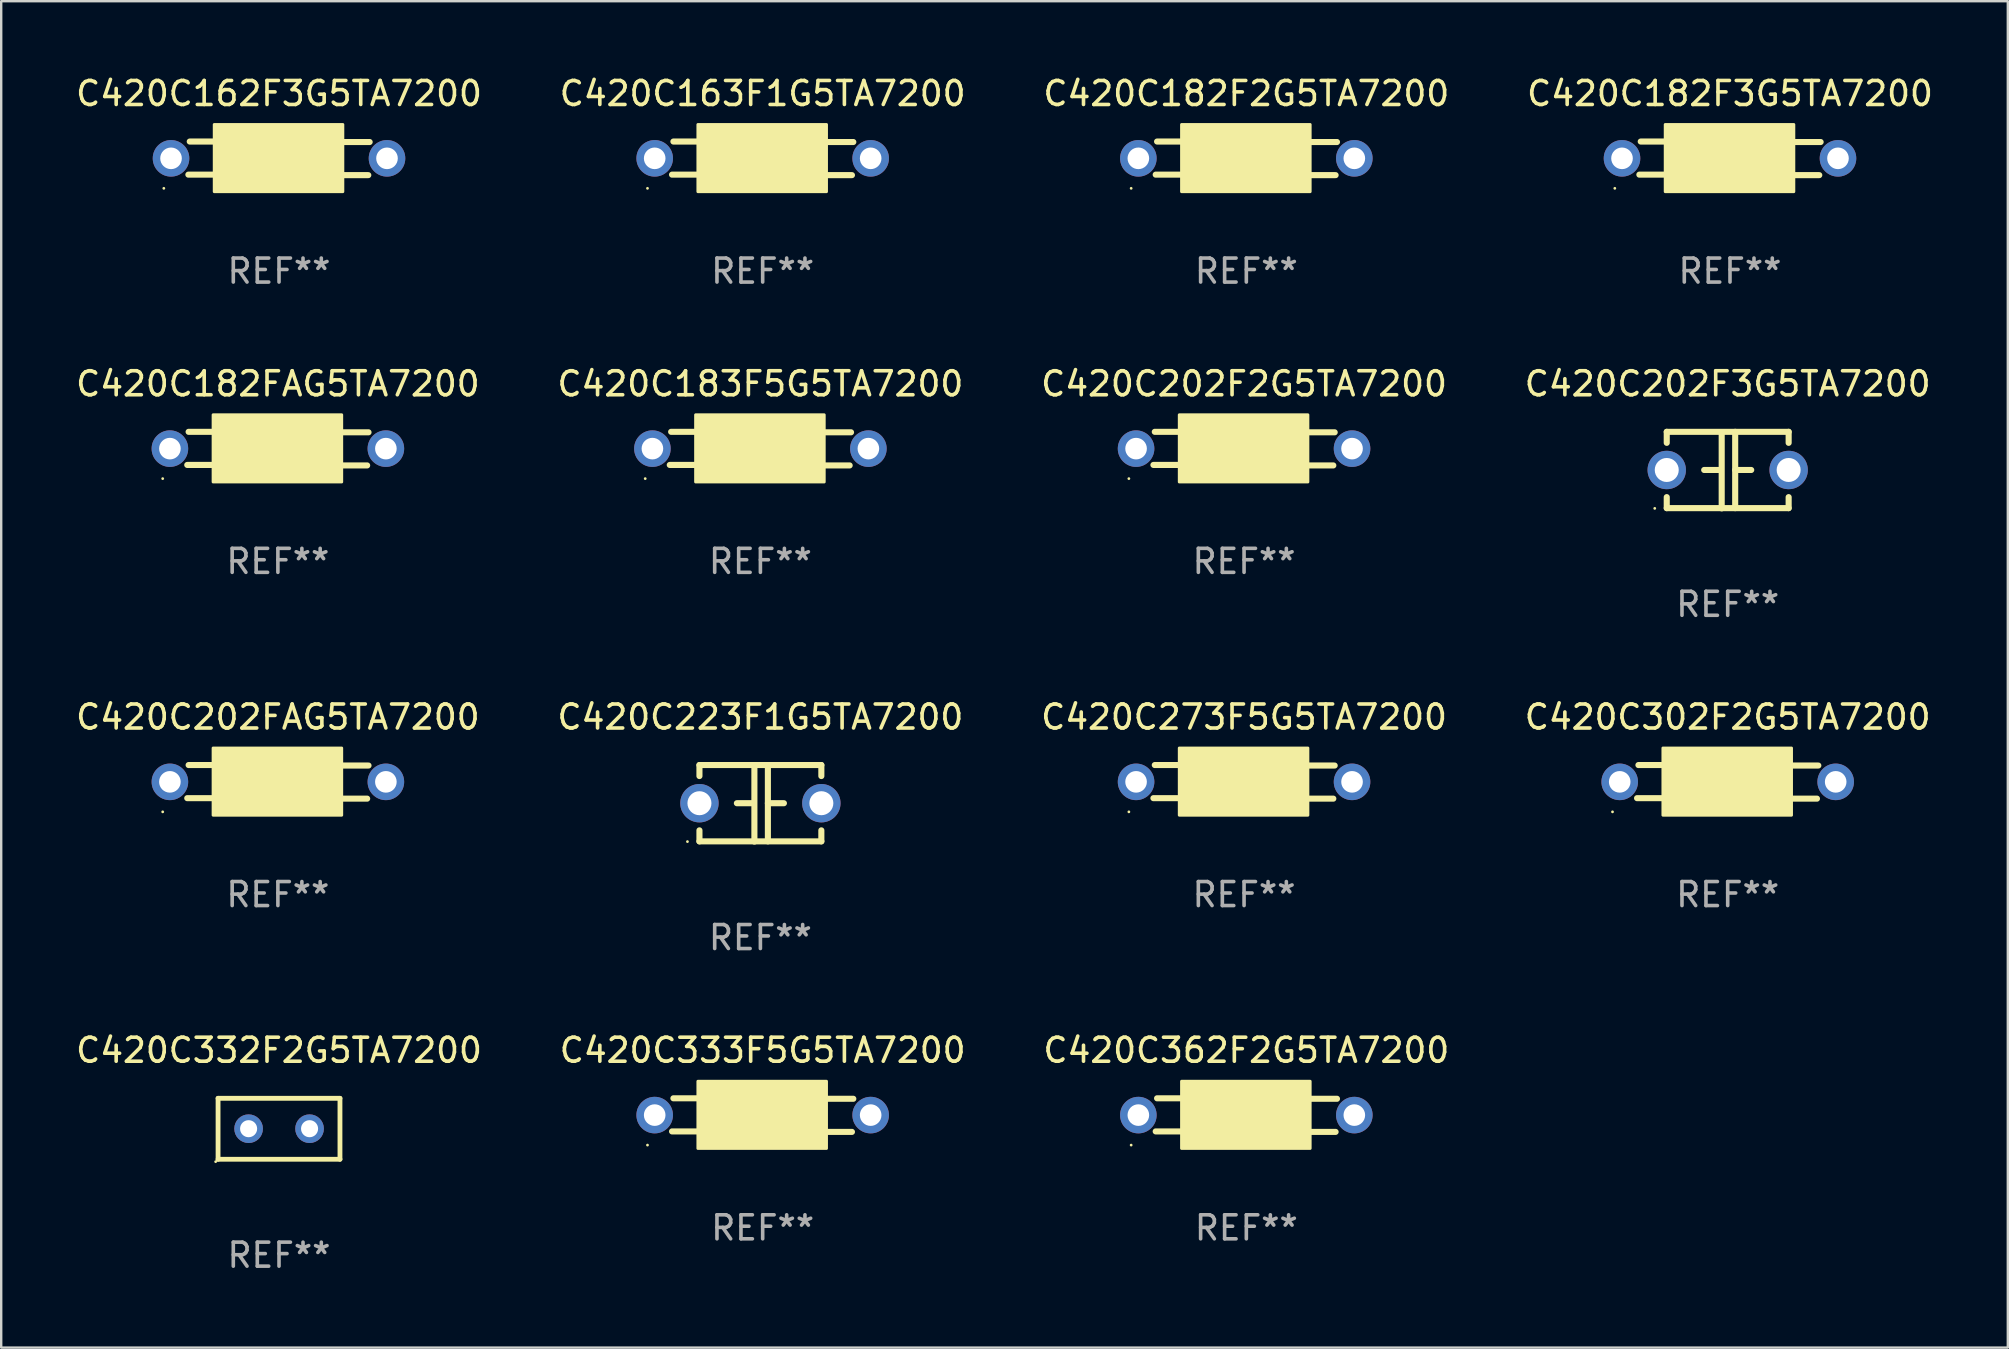
<source format=kicad_pcb>
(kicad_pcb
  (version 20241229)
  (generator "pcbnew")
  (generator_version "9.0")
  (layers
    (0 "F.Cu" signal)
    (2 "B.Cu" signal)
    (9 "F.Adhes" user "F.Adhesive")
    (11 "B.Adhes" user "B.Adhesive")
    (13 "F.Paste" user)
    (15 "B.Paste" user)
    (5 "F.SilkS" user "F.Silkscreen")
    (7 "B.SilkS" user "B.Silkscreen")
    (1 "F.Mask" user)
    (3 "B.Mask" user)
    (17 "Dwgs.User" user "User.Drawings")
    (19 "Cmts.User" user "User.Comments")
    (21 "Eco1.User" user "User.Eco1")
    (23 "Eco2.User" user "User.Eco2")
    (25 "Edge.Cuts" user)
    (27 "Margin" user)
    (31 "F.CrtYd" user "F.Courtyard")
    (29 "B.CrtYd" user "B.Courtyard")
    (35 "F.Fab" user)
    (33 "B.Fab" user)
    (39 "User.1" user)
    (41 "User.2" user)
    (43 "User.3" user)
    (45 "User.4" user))
  (footprint "C420C202FAG5TA7200"
    (layer "F.Cu")
    (at 8.53 29.531)
    (property "Reference" "C420C202FAG5TA7200" (at 0 -2.7 0) (layer "F.SilkS") (effects (font (size 1 1) (thickness 0.15))))
    (attr through_hole)
    (fp_line (start -2.7 -0.7) (end -3.72 -0.7) (stroke (width 0.254) (type solid)) (layer "F.SilkS"))
    (fp_line (start -2.7 0.68) (end -3.777 0.68) (stroke (width 0.254) (type solid)) (layer "F.SilkS"))
    (fp_line (start 2.7 -0.68) (end 3.777 -0.68) (stroke (width 0.254) (type solid)) (layer "F.SilkS"))
    (fp_line (start 2.7 0.7) (end 3.72 0.7) (stroke (width 0.254) (type solid)) (layer "F.SilkS"))
    (fp_circle (center -4.8 1.25) (end -4.77 1.25) (stroke (width 0.06) (type solid)) (fill no) (layer "F.SilkS"))
    (fp_poly (pts (xy -2.7 -1.41) (xy 2.66 -1.41) (xy 2.66 1.39) (xy -2.7 1.39)) (stroke (width 0.12) (type solid)) (fill yes) (layer "F.SilkS"))
    (fp_text user "REF**" (at 0 4.7 0) (layer "F.Fab") (effects (font (size 1 1) (thickness 0.15))))
    (pad "1" thru_hole circle (at -4.5 0) (size 1.524 1.524) (drill 0.9) (layers "*.Cu" "*.Mask"))
    (pad "2" thru_hole circle (at 4.5 0) (size 1.524 1.524) (drill 0.9) (layers "*.Cu" "*.Mask")))
  (footprint "C420C182F2G5TA7200"
    (layer "F.Cu")
    (at 48.887 3.548)
    (property "Reference" "C420C182F2G5TA7200" (at 0 -2.7 0) (layer "F.SilkS") (effects (font (size 1 1) (thickness 0.15))))
    (attr through_hole)
    (fp_line (start -2.7 -0.7) (end -3.72 -0.7) (stroke (width 0.254) (type solid)) (layer "F.SilkS"))
    (fp_line (start -2.7 0.68) (end -3.777 0.68) (stroke (width 0.254) (type solid)) (layer "F.SilkS"))
    (fp_line (start 2.7 -0.68) (end 3.777 -0.68) (stroke (width 0.254) (type solid)) (layer "F.SilkS"))
    (fp_line (start 2.7 0.7) (end 3.72 0.7) (stroke (width 0.254) (type solid)) (layer "F.SilkS"))
    (fp_circle (center -4.8 1.25) (end -4.77 1.25) (stroke (width 0.06) (type solid)) (fill no) (layer "F.SilkS"))
    (fp_poly (pts (xy -2.7 -1.41) (xy 2.66 -1.41) (xy 2.66 1.39) (xy -2.7 1.39)) (stroke (width 0.12) (type solid)) (fill yes) (layer "F.SilkS"))
    (fp_text user "REF**" (at 0 4.7 0) (layer "F.Fab") (effects (font (size 1 1) (thickness 0.15))))
    (pad "1" thru_hole circle (at -4.5 0) (size 1.524 1.524) (drill 0.9) (layers "*.Cu" "*.Mask"))
    (pad "2" thru_hole circle (at 4.5 0) (size 1.524 1.524) (drill 0.9) (layers "*.Cu" "*.Mask")))
  (footprint "C420C332F2G5TA7200"
    (layer "F.Cu")
    (at 8.577 43.988)
    (property "Reference" "C420C332F2G5TA7200" (at 0 -3.27 0) (layer "F.SilkS") (effects (font (size 1 1) (thickness 0.15))))
    (attr through_hole)
    (fp_line (start -2.54 -1.27) (end -2.54 1.27) (stroke (width 0.201) (type solid)) (layer "F.SilkS"))
    (fp_line (start -2.54 1.27) (end 2.54 1.27) (stroke (width 0.201) (type solid)) (layer "F.SilkS"))
    (fp_line (start 2.54 -1.27) (end -2.54 -1.27) (stroke (width 0.201) (type solid)) (layer "F.SilkS"))
    (fp_line (start 2.54 1.27) (end 2.54 -1.27) (stroke (width 0.201) (type solid)) (layer "F.SilkS"))
    (fp_circle (center -2.64 1.37) (end -2.61 1.37) (stroke (width 0.06) (type solid)) (fill no) (layer "F.SilkS"))
    (fp_text user "REF**" (at 0 5.27 0) (layer "F.Fab") (effects (font (size 1 1) (thickness 0.15))))
    (pad "1" thru_hole circle (at -1.267 -0.003) (size 1.194 1.194) (drill 0.711) (layers "*.Cu" "*.Mask"))
    (pad "2" thru_hole circle (at 1.273 -0.003) (size 1.194 1.194) (drill 0.711) (layers "*.Cu" "*.Mask")))
  (footprint "C420C302F2G5TA7200"
    (layer "F.Cu")
    (at 68.946 29.531)
    (property "Reference" "C420C302F2G5TA7200" (at 0 -2.7 0) (layer "F.SilkS") (effects (font (size 1 1) (thickness 0.15))))
    (attr through_hole)
    (fp_line (start -2.7 -0.7) (end -3.72 -0.7) (stroke (width 0.254) (type solid)) (layer "F.SilkS"))
    (fp_line (start -2.7 0.68) (end -3.777 0.68) (stroke (width 0.254) (type solid)) (layer "F.SilkS"))
    (fp_line (start 2.7 -0.68) (end 3.777 -0.68) (stroke (width 0.254) (type solid)) (layer "F.SilkS"))
    (fp_line (start 2.7 0.7) (end 3.72 0.7) (stroke (width 0.254) (type solid)) (layer "F.SilkS"))
    (fp_circle (center -4.8 1.25) (end -4.77 1.25) (stroke (width 0.06) (type solid)) (fill no) (layer "F.SilkS"))
    (fp_poly (pts (xy -2.7 -1.41) (xy 2.66 -1.41) (xy 2.66 1.39) (xy -2.7 1.39)) (stroke (width 0.12) (type solid)) (fill yes) (layer "F.SilkS"))
    (fp_text user "REF**" (at 0 4.7 0) (layer "F.Fab") (effects (font (size 1 1) (thickness 0.15))))
    (pad "1" thru_hole circle (at -4.5 0) (size 1.524 1.524) (drill 0.9) (layers "*.Cu" "*.Mask"))
    (pad "2" thru_hole circle (at 4.5 0) (size 1.524 1.524) (drill 0.9) (layers "*.Cu" "*.Mask")))
  (footprint "C420C202F3G5TA7200"
    (layer "F.Cu")
    (at 68.946 16.54)
    (property "Reference" "C420C202F3G5TA7200" (at 0 -3.595 0) (layer "F.SilkS") (effects (font (size 1 1) (thickness 0.15))))
    (attr through_hole)
    (fp_line (start -2.54 -1.595) (end -2.54 -1.136) (stroke (width 0.254) (type solid)) (layer "F.SilkS"))
    (fp_line (start -2.54 -1.595) (end 2.54 -1.595) (stroke (width 0.254) (type solid)) (layer "F.SilkS"))
    (fp_line (start -2.54 1.126) (end -2.54 1.585) (stroke (width 0.254) (type solid)) (layer "F.SilkS"))
    (fp_line (start -0.312 -0.005) (end -0.98 -0.005) (stroke (width 0.254) (type solid)) (layer "F.SilkS"))
    (fp_line (start -0.25 -1.585) (end -0.25 1.595) (stroke (width 0.254) (type solid)) (layer "F.SilkS"))
    (fp_line (start 0.312 -1.595) (end 0.312 1.585) (stroke (width 0.254) (type solid)) (layer "F.SilkS"))
    (fp_line (start 0.312 -0.005) (end 0.98 -0.005) (stroke (width 0.254) (type solid)) (layer "F.SilkS"))
    (fp_line (start 2.54 -1.595) (end 2.54 -1.136) (stroke (width 0.254) (type solid)) (layer "F.SilkS"))
    (fp_line (start 2.54 1.126) (end 2.54 1.585) (stroke (width 0.254) (type solid)) (layer "F.SilkS"))
    (fp_line (start 2.54 1.585) (end -2.54 1.585) (stroke (width 0.254) (type solid)) (layer "F.SilkS"))
    (fp_circle (center -3.04 1.595) (end -3.01 1.595) (stroke (width 0.06) (type solid)) (fill no) (layer "F.SilkS"))
    (fp_text user "REF**" (at 0 5.595 0) (layer "F.Fab") (effects (font (size 1 1) (thickness 0.15))))
    (pad "1" thru_hole circle (at -2.54 -0.005) (size 1.6 1.6) (drill 1) (layers "*.Cu" "*.Mask"))
    (pad "2" thru_hole circle (at 2.54 -0.005) (size 1.6 1.6) (drill 1) (layers "*.Cu" "*.Mask")))
  (footprint "C420C202F2G5TA7200"
    (layer "F.Cu")
    (at 48.792 15.645)
    (property "Reference" "C420C202F2G5TA7200" (at 0 -2.7 0) (layer "F.SilkS") (effects (font (size 1 1) (thickness 0.15))))
    (attr through_hole)
    (fp_line (start -2.7 -0.7) (end -3.72 -0.7) (stroke (width 0.254) (type solid)) (layer "F.SilkS"))
    (fp_line (start -2.7 0.68) (end -3.777 0.68) (stroke (width 0.254) (type solid)) (layer "F.SilkS"))
    (fp_line (start 2.7 -0.68) (end 3.777 -0.68) (stroke (width 0.254) (type solid)) (layer "F.SilkS"))
    (fp_line (start 2.7 0.7) (end 3.72 0.7) (stroke (width 0.254) (type solid)) (layer "F.SilkS"))
    (fp_circle (center -4.8 1.25) (end -4.77 1.25) (stroke (width 0.06) (type solid)) (fill no) (layer "F.SilkS"))
    (fp_poly (pts (xy -2.7 -1.41) (xy 2.66 -1.41) (xy 2.66 1.39) (xy -2.7 1.39)) (stroke (width 0.12) (type solid)) (fill yes) (layer "F.SilkS"))
    (fp_text user "REF**" (at 0 4.7 0) (layer "F.Fab") (effects (font (size 1 1) (thickness 0.15))))
    (pad "1" thru_hole circle (at -4.5 0.000051) (size 1.524 1.524) (drill 0.9) (layers "*.Cu" "*.Mask"))
    (pad "2" thru_hole circle (at 4.5 0.000051) (size 1.524 1.524) (drill 0.9) (layers "*.Cu" "*.Mask")))
  (footprint "C420C183F5G5TA7200"
    (layer "F.Cu")
    (at 28.637 15.645)
    (property "Reference" "C420C183F5G5TA7200" (at 0 -2.7 0) (layer "F.SilkS") (effects (font (size 1 1) (thickness 0.15))))
    (attr through_hole)
    (fp_line (start -2.7 -0.7) (end -3.72 -0.7) (stroke (width 0.254) (type solid)) (layer "F.SilkS"))
    (fp_line (start -2.7 0.68) (end -3.777 0.68) (stroke (width 0.254) (type solid)) (layer "F.SilkS"))
    (fp_line (start 2.7 -0.68) (end 3.777 -0.68) (stroke (width 0.254) (type solid)) (layer "F.SilkS"))
    (fp_line (start 2.7 0.7) (end 3.72 0.7) (stroke (width 0.254) (type solid)) (layer "F.SilkS"))
    (fp_circle (center -4.8 1.25) (end -4.77 1.25) (stroke (width 0.06) (type solid)) (fill no) (layer "F.SilkS"))
    (fp_poly (pts (xy -2.7 -1.41) (xy 2.66 -1.41) (xy 2.66 1.39) (xy -2.7 1.39)) (stroke (width 0.12) (type solid)) (fill yes) (layer "F.SilkS"))
    (fp_text user "REF**" (at 0 4.7 0) (layer "F.Fab") (effects (font (size 1 1) (thickness 0.15))))
    (pad "1" thru_hole circle (at -4.5 0) (size 1.524 1.524) (drill 0.9) (layers "*.Cu" "*.Mask"))
    (pad "2" thru_hole circle (at 4.5 0) (size 1.524 1.524) (drill 0.9) (layers "*.Cu" "*.Mask")))
  (footprint "C420C182FAG5TA7200"
    (layer "F.Cu")
    (at 8.53 15.645)
    (property "Reference" "C420C182FAG5TA7200" (at 0 -2.7 0) (layer "F.SilkS") (effects (font (size 1 1) (thickness 0.15))))
    (attr through_hole)
    (fp_line (start -2.7 -0.7) (end -3.72 -0.7) (stroke (width 0.254) (type solid)) (layer "F.SilkS"))
    (fp_line (start -2.7 0.68) (end -3.777 0.68) (stroke (width 0.254) (type solid)) (layer "F.SilkS"))
    (fp_line (start 2.7 -0.68) (end 3.777 -0.68) (stroke (width 0.254) (type solid)) (layer "F.SilkS"))
    (fp_line (start 2.7 0.7) (end 3.72 0.7) (stroke (width 0.254) (type solid)) (layer "F.SilkS"))
    (fp_circle (center -4.8 1.25) (end -4.77 1.25) (stroke (width 0.06) (type solid)) (fill no) (layer "F.SilkS"))
    (fp_poly (pts (xy -2.7 -1.41) (xy 2.66 -1.41) (xy 2.66 1.39) (xy -2.7 1.39)) (stroke (width 0.12) (type solid)) (fill yes) (layer "F.SilkS"))
    (fp_text user "REF**" (at 0 4.7 0) (layer "F.Fab") (effects (font (size 1 1) (thickness 0.15))))
    (pad "1" thru_hole circle (at -4.5 0) (size 1.524 1.524) (drill 0.9) (layers "*.Cu" "*.Mask"))
    (pad "2" thru_hole circle (at 4.5 0) (size 1.524 1.524) (drill 0.9) (layers "*.Cu" "*.Mask")))
  (footprint "C420C362F2G5TA7200"
    (layer "F.Cu")
    (at 48.887 43.418)
    (property "Reference" "C420C362F2G5TA7200" (at 0 -2.7 0) (layer "F.SilkS") (effects (font (size 1 1) (thickness 0.15))))
    (attr through_hole)
    (fp_line (start -2.7 -0.7) (end -3.72 -0.7) (stroke (width 0.254) (type solid)) (layer "F.SilkS"))
    (fp_line (start -2.7 0.68) (end -3.777 0.68) (stroke (width 0.254) (type solid)) (layer "F.SilkS"))
    (fp_line (start 2.7 -0.68) (end 3.777 -0.68) (stroke (width 0.254) (type solid)) (layer "F.SilkS"))
    (fp_line (start 2.7 0.7) (end 3.72 0.7) (stroke (width 0.254) (type solid)) (layer "F.SilkS"))
    (fp_circle (center -4.8 1.25) (end -4.77 1.25) (stroke (width 0.06) (type solid)) (fill no) (layer "F.SilkS"))
    (fp_poly (pts (xy -2.7 -1.41) (xy 2.66 -1.41) (xy 2.66 1.39) (xy -2.7 1.39)) (stroke (width 0.12) (type solid)) (fill yes) (layer "F.SilkS"))
    (fp_text user "REF**" (at 0 4.7 0) (layer "F.Fab") (effects (font (size 1 1) (thickness 0.15))))
    (pad "1" thru_hole circle (at -4.5 0) (size 1.524 1.524) (drill 0.9) (layers "*.Cu" "*.Mask"))
    (pad "2" thru_hole circle (at 4.5 0) (size 1.524 1.524) (drill 0.9) (layers "*.Cu" "*.Mask")))
  (footprint "C420C333F5G5TA7200"
    (layer "F.Cu")
    (at 28.732 43.418)
    (property "Reference" "C420C333F5G5TA7200" (at 0 -2.7 0) (layer "F.SilkS") (effects (font (size 1 1) (thickness 0.15))))
    (attr through_hole)
    (fp_line (start -2.7 -0.7) (end -3.72 -0.7) (stroke (width 0.254) (type solid)) (layer "F.SilkS"))
    (fp_line (start -2.7 0.68) (end -3.777 0.68) (stroke (width 0.254) (type solid)) (layer "F.SilkS"))
    (fp_line (start 2.7 -0.68) (end 3.777 -0.68) (stroke (width 0.254) (type solid)) (layer "F.SilkS"))
    (fp_line (start 2.7 0.7) (end 3.72 0.7) (stroke (width 0.254) (type solid)) (layer "F.SilkS"))
    (fp_circle (center -4.8 1.25) (end -4.77 1.25) (stroke (width 0.06) (type solid)) (fill no) (layer "F.SilkS"))
    (fp_poly (pts (xy -2.7 -1.41) (xy 2.66 -1.41) (xy 2.66 1.39) (xy -2.7 1.39)) (stroke (width 0.12) (type solid)) (fill yes) (layer "F.SilkS"))
    (fp_text user "REF**" (at 0 4.7 0) (layer "F.Fab") (effects (font (size 1 1) (thickness 0.15))))
    (pad "1" thru_hole circle (at -4.5 0) (size 1.524 1.524) (drill 0.9) (layers "*.Cu" "*.Mask"))
    (pad "2" thru_hole circle (at 4.5 0) (size 1.524 1.524) (drill 0.9) (layers "*.Cu" "*.Mask")))
  (footprint "C420C162F3G5TA7200"
    (layer "F.Cu")
    (at 8.577 3.548)
    (property "Reference" "C420C162F3G5TA7200" (at 0 -2.7 0) (layer "F.SilkS") (effects (font (size 1 1) (thickness 0.15))))
    (attr through_hole)
    (fp_line (start -2.7 -0.7) (end -3.72 -0.7) (stroke (width 0.254) (type solid)) (layer "F.SilkS"))
    (fp_line (start -2.7 0.68) (end -3.777 0.68) (stroke (width 0.254) (type solid)) (layer "F.SilkS"))
    (fp_line (start 2.7 -0.68) (end 3.777 -0.68) (stroke (width 0.254) (type solid)) (layer "F.SilkS"))
    (fp_line (start 2.7 0.7) (end 3.72 0.7) (stroke (width 0.254) (type solid)) (layer "F.SilkS"))
    (fp_circle (center -4.8 1.25) (end -4.77 1.25) (stroke (width 0.06) (type solid)) (fill no) (layer "F.SilkS"))
    (fp_poly (pts (xy -2.7 -1.41) (xy 2.66 -1.41) (xy 2.66 1.39) (xy -2.7 1.39)) (stroke (width 0.12) (type solid)) (fill yes) (layer "F.SilkS"))
    (fp_text user "REF**" (at 0 4.7 0) (layer "F.Fab") (effects (font (size 1 1) (thickness 0.15))))
    (pad "1" thru_hole circle (at -4.5 0) (size 1.524 1.524) (drill 0.9) (layers "*.Cu" "*.Mask"))
    (pad "2" thru_hole circle (at 4.5 0) (size 1.524 1.524) (drill 0.9) (layers "*.Cu" "*.Mask")))
  (footprint "C420C182F3G5TA7200"
    (layer "F.Cu")
    (at 69.042 3.548)
    (property "Reference" "C420C182F3G5TA7200" (at 0 -2.7 0) (layer "F.SilkS") (effects (font (size 1 1) (thickness 0.15))))
    (attr through_hole)
    (fp_line (start -2.7 -0.7) (end -3.72 -0.7) (stroke (width 0.254) (type solid)) (layer "F.SilkS"))
    (fp_line (start -2.7 0.68) (end -3.777 0.68) (stroke (width 0.254) (type solid)) (layer "F.SilkS"))
    (fp_line (start 2.7 -0.68) (end 3.777 -0.68) (stroke (width 0.254) (type solid)) (layer "F.SilkS"))
    (fp_line (start 2.7 0.7) (end 3.72 0.7) (stroke (width 0.254) (type solid)) (layer "F.SilkS"))
    (fp_circle (center -4.8 1.25) (end -4.77 1.25) (stroke (width 0.06) (type solid)) (fill no) (layer "F.SilkS"))
    (fp_poly (pts (xy -2.7 -1.41) (xy 2.66 -1.41) (xy 2.66 1.39) (xy -2.7 1.39)) (stroke (width 0.12) (type solid)) (fill yes) (layer "F.SilkS"))
    (fp_text user "REF**" (at 0 4.7 0) (layer "F.Fab") (effects (font (size 1 1) (thickness 0.15))))
    (pad "1" thru_hole circle (at -4.5 0) (size 1.524 1.524) (drill 0.9) (layers "*.Cu" "*.Mask"))
    (pad "2" thru_hole circle (at 4.5 0) (size 1.524 1.524) (drill 0.9) (layers "*.Cu" "*.Mask")))
  (footprint "C420C223F1G5TA7200"
    (layer "F.Cu")
    (at 28.637 30.426)
    (property "Reference" "C420C223F1G5TA7200" (at 0 -3.595 0) (layer "F.SilkS") (effects (font (size 1 1) (thickness 0.15))))
    (attr through_hole)
    (fp_line (start -2.54 -1.595) (end -2.54 -1.136) (stroke (width 0.254) (type solid)) (layer "F.SilkS"))
    (fp_line (start -2.54 -1.595) (end 2.54 -1.595) (stroke (width 0.254) (type solid)) (layer "F.SilkS"))
    (fp_line (start -2.54 1.126) (end -2.54 1.585) (stroke (width 0.254) (type solid)) (layer "F.SilkS"))
    (fp_line (start -0.312 -0.005) (end -0.98 -0.005) (stroke (width 0.254) (type solid)) (layer "F.SilkS"))
    (fp_line (start -0.25 -1.585) (end -0.25 1.595) (stroke (width 0.254) (type solid)) (layer "F.SilkS"))
    (fp_line (start 0.312 -1.595) (end 0.312 1.585) (stroke (width 0.254) (type solid)) (layer "F.SilkS"))
    (fp_line (start 0.312 -0.005) (end 0.98 -0.005) (stroke (width 0.254) (type solid)) (layer "F.SilkS"))
    (fp_line (start 2.54 -1.595) (end 2.54 -1.136) (stroke (width 0.254) (type solid)) (layer "F.SilkS"))
    (fp_line (start 2.54 1.126) (end 2.54 1.585) (stroke (width 0.254) (type solid)) (layer "F.SilkS"))
    (fp_line (start 2.54 1.585) (end -2.54 1.585) (stroke (width 0.254) (type solid)) (layer "F.SilkS"))
    (fp_circle (center -3.04 1.595) (end -3.01 1.595) (stroke (width 0.06) (type solid)) (fill no) (layer "F.SilkS"))
    (fp_text user "REF**" (at 0 5.595 0) (layer "F.Fab") (effects (font (size 1 1) (thickness 0.15))))
    (pad "1" thru_hole circle (at -2.54 -0.005) (size 1.6 1.6) (drill 1) (layers "*.Cu" "*.Mask"))
    (pad "2" thru_hole circle (at 2.54 -0.005) (size 1.6 1.6) (drill 1) (layers "*.Cu" "*.Mask")))
  (footprint "C420C163F1G5TA7200"
    (layer "F.Cu")
    (at 28.732 3.548)
    (property "Reference" "C420C163F1G5TA7200" (at 0 -2.7 0) (layer "F.SilkS") (effects (font (size 1 1) (thickness 0.15))))
    (attr through_hole)
    (fp_line (start -2.7 -0.7) (end -3.72 -0.7) (stroke (width 0.254) (type solid)) (layer "F.SilkS"))
    (fp_line (start -2.7 0.68) (end -3.777 0.68) (stroke (width 0.254) (type solid)) (layer "F.SilkS"))
    (fp_line (start 2.7 -0.68) (end 3.777 -0.68) (stroke (width 0.254) (type solid)) (layer "F.SilkS"))
    (fp_line (start 2.7 0.7) (end 3.72 0.7) (stroke (width 0.254) (type solid)) (layer "F.SilkS"))
    (fp_circle (center -4.8 1.25) (end -4.77 1.25) (stroke (width 0.06) (type solid)) (fill no) (layer "F.SilkS"))
    (fp_poly (pts (xy -2.7 -1.41) (xy 2.66 -1.41) (xy 2.66 1.39) (xy -2.7 1.39)) (stroke (width 0.12) (type solid)) (fill yes) (layer "F.SilkS"))
    (fp_text user "REF**" (at 0 4.7 0) (layer "F.Fab") (effects (font (size 1 1) (thickness 0.15))))
    (pad "1" thru_hole circle (at -4.5 0) (size 1.524 1.524) (drill 0.9) (layers "*.Cu" "*.Mask"))
    (pad "2" thru_hole circle (at 4.5 0) (size 1.524 1.524) (drill 0.9) (layers "*.Cu" "*.Mask")))
  (footprint "C420C273F5G5TA7200"
    (layer "F.Cu")
    (at 48.792 29.531)
    (property "Reference" "C420C273F5G5TA7200" (at 0 -2.7 0) (layer "F.SilkS") (effects (font (size 1 1) (thickness 0.15))))
    (attr through_hole)
    (fp_line (start -2.7 -0.7) (end -3.72 -0.7) (stroke (width 0.254) (type solid)) (layer "F.SilkS"))
    (fp_line (start -2.7 0.68) (end -3.777 0.68) (stroke (width 0.254) (type solid)) (layer "F.SilkS"))
    (fp_line (start 2.7 -0.68) (end 3.777 -0.68) (stroke (width 0.254) (type solid)) (layer "F.SilkS"))
    (fp_line (start 2.7 0.7) (end 3.72 0.7) (stroke (width 0.254) (type solid)) (layer "F.SilkS"))
    (fp_circle (center -4.8 1.25) (end -4.77 1.25) (stroke (width 0.06) (type solid)) (fill no) (layer "F.SilkS"))
    (fp_poly (pts (xy -2.7 -1.41) (xy 2.66 -1.41) (xy 2.66 1.39) (xy -2.7 1.39)) (stroke (width 0.12) (type solid)) (fill yes) (layer "F.SilkS"))
    (fp_text user "REF**" (at 0 4.7 0) (layer "F.Fab") (effects (font (size 1 1) (thickness 0.15))))
    (pad "1" thru_hole circle (at -4.5 0) (size 1.524 1.524) (drill 0.9) (layers "*.Cu" "*.Mask"))
    (pad "2" thru_hole circle (at 4.5 0) (size 1.524 1.524) (drill 0.9) (layers "*.Cu" "*.Mask")))
  (gr_rect
    (start -3 -3)
    (end 80.619 53.106)
    (stroke (width 0.1) (type default))
    (fill no)
    (layer "Edge.Cuts")))
</source>
